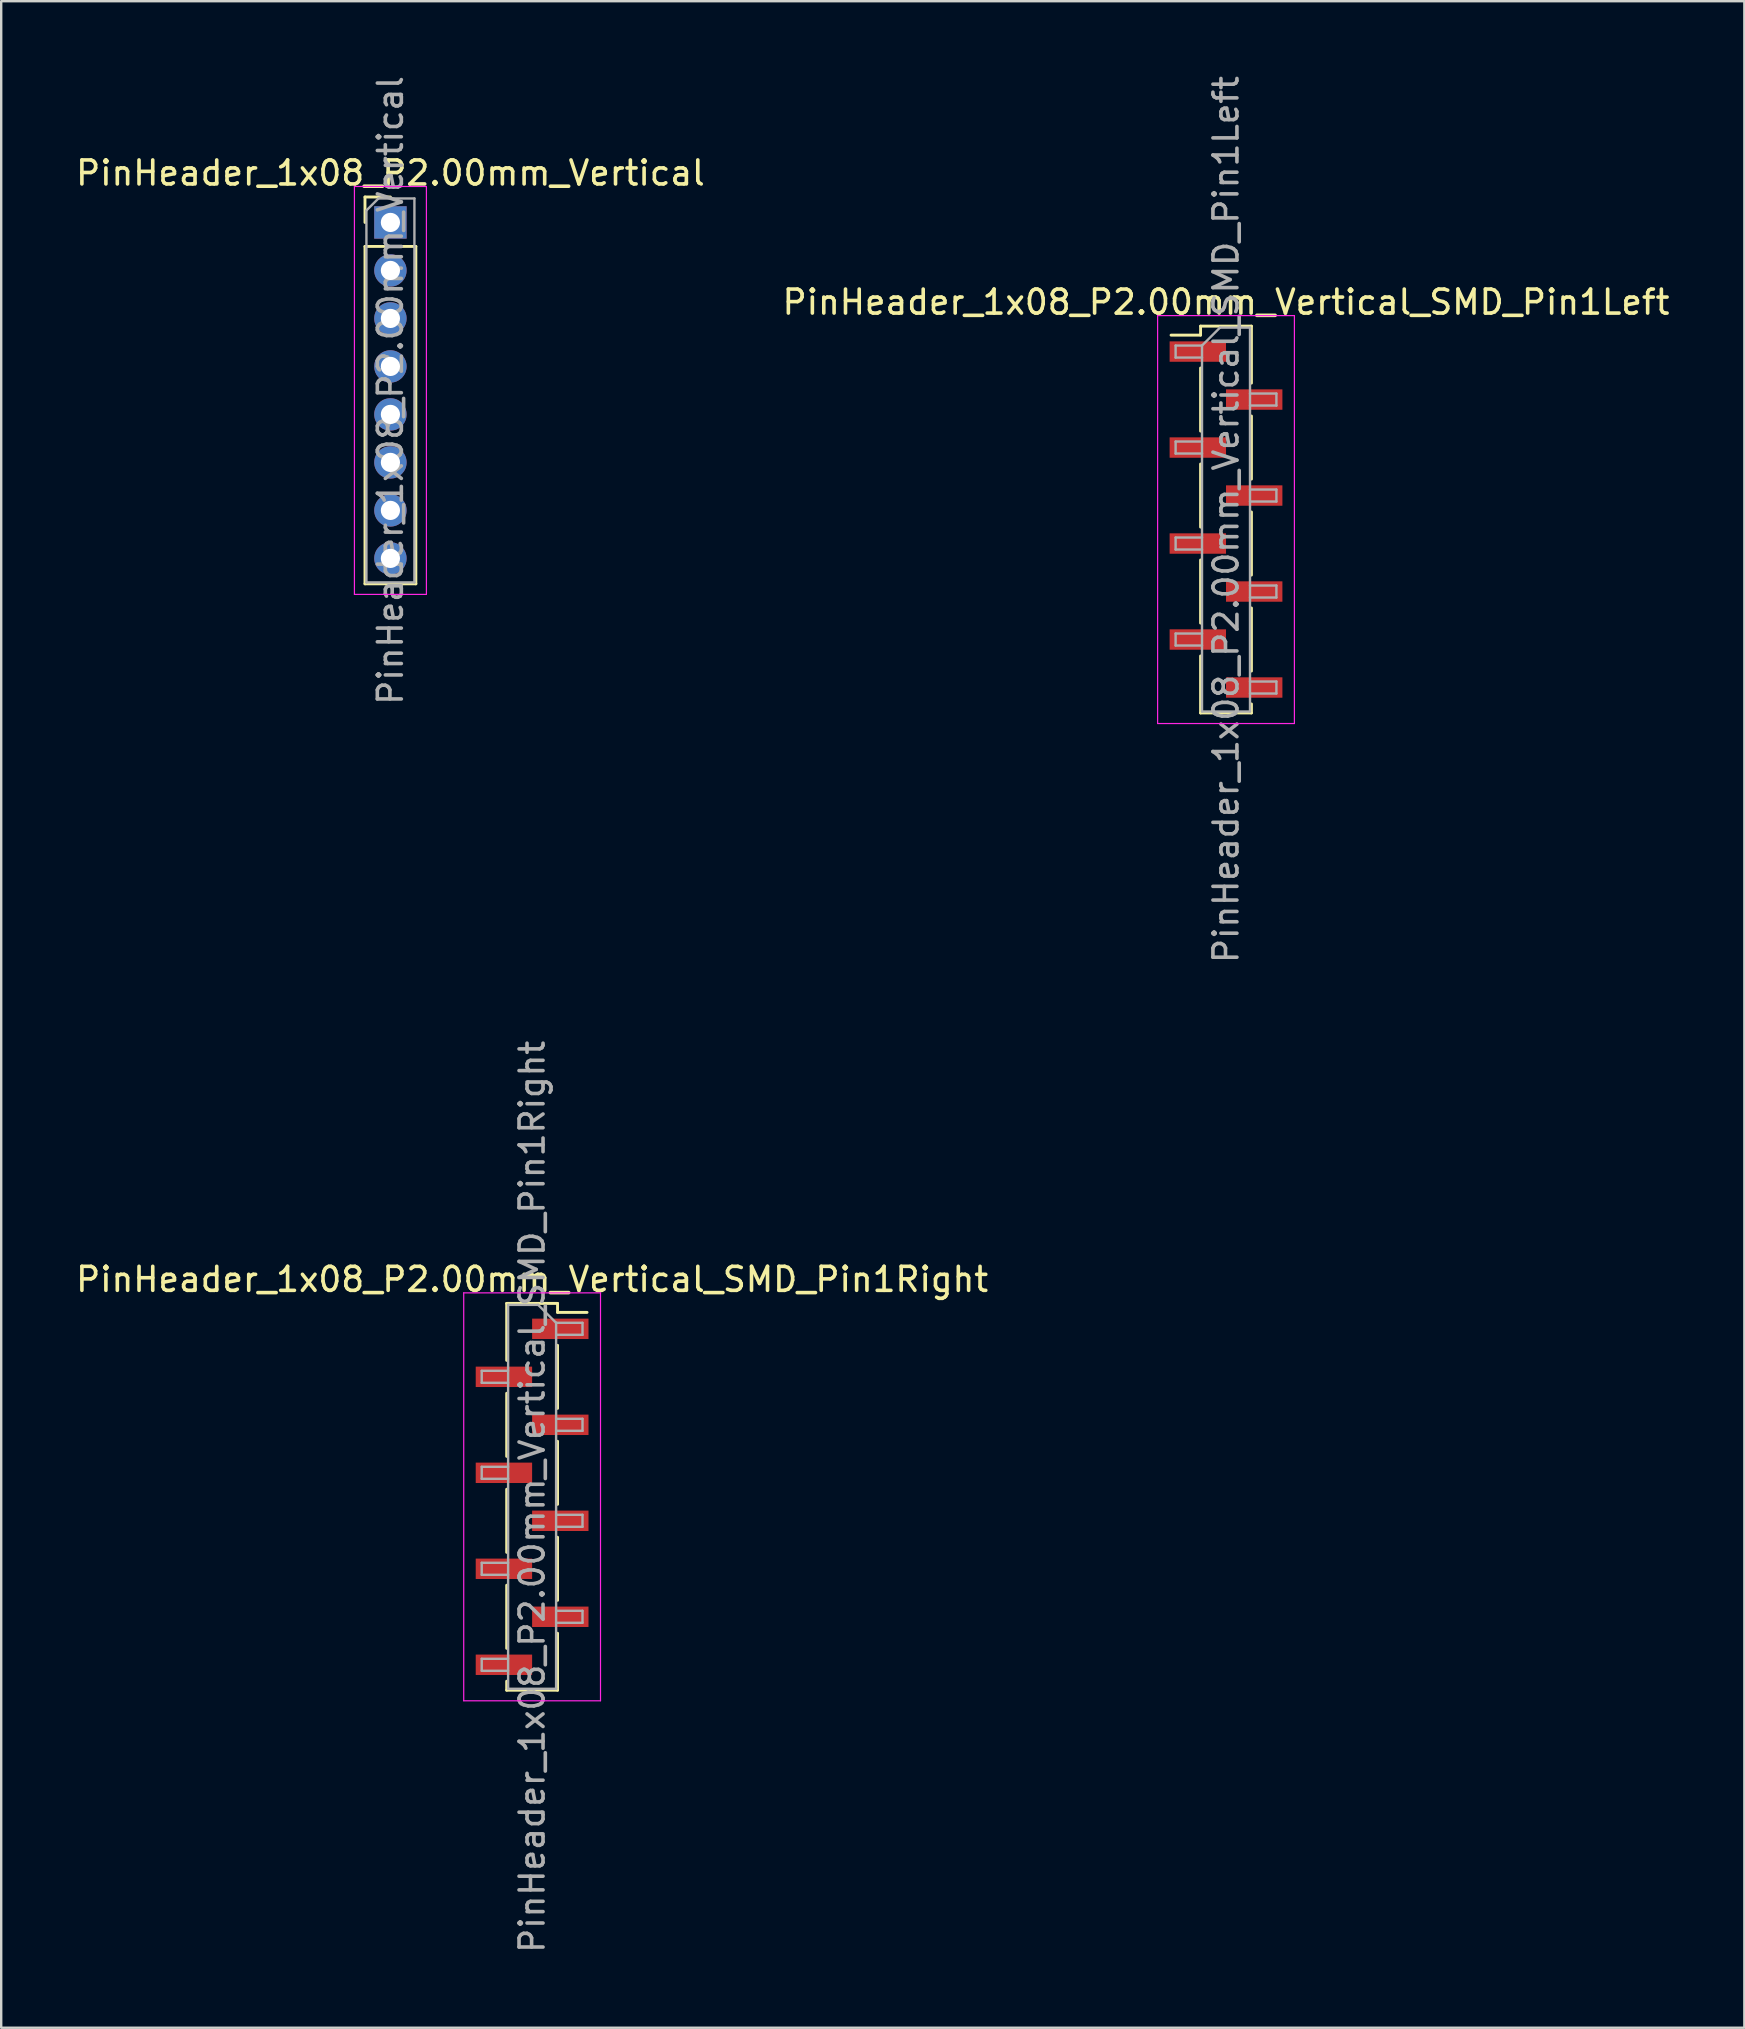
<source format=kicad_pcb>
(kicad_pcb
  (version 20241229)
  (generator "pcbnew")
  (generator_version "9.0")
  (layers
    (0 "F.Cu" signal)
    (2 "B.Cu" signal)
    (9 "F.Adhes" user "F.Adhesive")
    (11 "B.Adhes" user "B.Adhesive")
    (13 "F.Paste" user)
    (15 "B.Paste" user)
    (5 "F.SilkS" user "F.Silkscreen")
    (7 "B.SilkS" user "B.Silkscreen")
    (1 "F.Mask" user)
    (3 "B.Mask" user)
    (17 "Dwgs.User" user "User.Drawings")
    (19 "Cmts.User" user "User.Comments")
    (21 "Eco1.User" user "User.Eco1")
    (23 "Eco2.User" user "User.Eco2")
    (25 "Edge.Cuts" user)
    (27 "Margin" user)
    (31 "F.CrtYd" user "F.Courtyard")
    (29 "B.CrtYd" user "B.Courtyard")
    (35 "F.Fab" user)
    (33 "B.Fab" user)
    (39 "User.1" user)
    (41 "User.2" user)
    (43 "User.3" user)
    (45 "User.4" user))
  (footprint "PinHeader_1x08_P2.00mm_Vertical"
    (layer "F.Cu")
    (at 13.22 6.22)
    (property "Reference" "PinHeader_1x08_P2.00mm_Vertical" (at 0 -2.06 0) (layer "F.SilkS") (effects (font (size 1 1) (thickness 0.15))))
    (attr through_hole)
    (fp_line (start -1.06 -1.06) (end 0 -1.06) (stroke (width 0.12) (type solid)) (layer "F.SilkS"))
    (fp_line (start -1.06 0) (end -1.06 -1.06) (stroke (width 0.12) (type solid)) (layer "F.SilkS"))
    (fp_line (start -1.06 1) (end -1.06 15.06) (stroke (width 0.12) (type solid)) (layer "F.SilkS"))
    (fp_line (start -1.06 1) (end 1.06 1) (stroke (width 0.12) (type solid)) (layer "F.SilkS"))
    (fp_line (start -1.06 15.06) (end 1.06 15.06) (stroke (width 0.12) (type solid)) (layer "F.SilkS"))
    (fp_line (start 1.06 1) (end 1.06 15.06) (stroke (width 0.12) (type solid)) (layer "F.SilkS"))
    (fp_line (start -1.5 -1.5) (end -1.5 15.5) (stroke (width 0.05) (type solid)) (layer "F.CrtYd"))
    (fp_line (start -1.5 15.5) (end 1.5 15.5) (stroke (width 0.05) (type solid)) (layer "F.CrtYd"))
    (fp_line (start 1.5 -1.5) (end -1.5 -1.5) (stroke (width 0.05) (type solid)) (layer "F.CrtYd"))
    (fp_line (start 1.5 15.5) (end 1.5 -1.5) (stroke (width 0.05) (type solid)) (layer "F.CrtYd"))
    (fp_line (start -1 -0.5) (end -0.5 -1) (stroke (width 0.1) (type solid)) (layer "F.Fab"))
    (fp_line (start -1 15) (end -1 -0.5) (stroke (width 0.1) (type solid)) (layer "F.Fab"))
    (fp_line (start -0.5 -1) (end 1 -1) (stroke (width 0.1) (type solid)) (layer "F.Fab"))
    (fp_line (start 1 -1) (end 1 15) (stroke (width 0.1) (type solid)) (layer "F.Fab"))
    (fp_line (start 1 15) (end -1 15) (stroke (width 0.1) (type solid)) (layer "F.Fab"))
    (fp_text user "${REFERENCE}" (at 0 7 90) (layer "F.Fab") (effects (font (size 1 1) (thickness 0.15))))
    (pad "1" thru_hole rect (at 0 0) (size 1.35 1.35) (drill 0.8) (layers "*.Cu" "*.Mask"))
    (pad "2" thru_hole oval (at 0 2) (size 1.35 1.35) (drill 0.8) (layers "*.Cu" "*.Mask"))
    (pad "3" thru_hole oval (at 0 4) (size 1.35 1.35) (drill 0.8) (layers "*.Cu" "*.Mask"))
    (pad "4" thru_hole oval (at 0 6) (size 1.35 1.35) (drill 0.8) (layers "*.Cu" "*.Mask"))
    (pad "5" thru_hole oval (at 0 8) (size 1.35 1.35) (drill 0.8) (layers "*.Cu" "*.Mask"))
    (pad "6" thru_hole oval (at 0 10) (size 1.35 1.35) (drill 0.8) (layers "*.Cu" "*.Mask"))
    (pad "7" thru_hole oval (at 0 12) (size 1.35 1.35) (drill 0.8) (layers "*.Cu" "*.Mask"))
    (pad "8" thru_hole oval (at 0 14) (size 1.35 1.35) (drill 0.8) (layers "*.Cu" "*.Mask")))
  (footprint "PinHeader_1x08_P2.00mm_Vertical_SMD_Pin1Right"
    (layer "F.Cu")
    (at 19.125 59.327)
    (property "Reference" "PinHeader_1x08_P2.00mm_Vertical_SMD_Pin1Right" (at 0 -9.06 0) (layer "F.SilkS") (effects (font (size 1 1) (thickness 0.15))))
    (attr smd)
    (fp_line (start -1.06 -8.06) (end -1.06 -5.685) (stroke (width 0.12) (type solid)) (layer "F.SilkS"))
    (fp_line (start -1.06 -8.06) (end 1.06 -8.06) (stroke (width 0.12) (type solid)) (layer "F.SilkS"))
    (fp_line (start -1.06 -4.315) (end -1.06 -1.685) (stroke (width 0.12) (type solid)) (layer "F.SilkS"))
    (fp_line (start -1.06 -0.315) (end -1.06 2.315) (stroke (width 0.12) (type solid)) (layer "F.SilkS"))
    (fp_line (start -1.06 3.685) (end -1.06 6.315) (stroke (width 0.12) (type solid)) (layer "F.SilkS"))
    (fp_line (start -1.06 7.685) (end -1.06 8.06) (stroke (width 0.12) (type solid)) (layer "F.SilkS"))
    (fp_line (start -1.06 8.06) (end 1.06 8.06) (stroke (width 0.12) (type solid)) (layer "F.SilkS"))
    (fp_line (start 1.06 -8.06) (end 1.06 -7.685) (stroke (width 0.12) (type solid)) (layer "F.SilkS"))
    (fp_line (start 1.06 -7.685) (end 2.29 -7.685) (stroke (width 0.12) (type solid)) (layer "F.SilkS"))
    (fp_line (start 1.06 -6.315) (end 1.06 -3.685) (stroke (width 0.12) (type solid)) (layer "F.SilkS"))
    (fp_line (start 1.06 -2.315) (end 1.06 0.315) (stroke (width 0.12) (type solid)) (layer "F.SilkS"))
    (fp_line (start 1.06 1.685) (end 1.06 4.315) (stroke (width 0.12) (type solid)) (layer "F.SilkS"))
    (fp_line (start 1.06 5.685) (end 1.06 8.06) (stroke (width 0.12) (type solid)) (layer "F.SilkS"))
    (fp_line (start -2.85 -8.5) (end -2.85 8.5) (stroke (width 0.05) (type solid)) (layer "F.CrtYd"))
    (fp_line (start -2.85 8.5) (end 2.85 8.5) (stroke (width 0.05) (type solid)) (layer "F.CrtYd"))
    (fp_line (start 2.85 -8.5) (end -2.85 -8.5) (stroke (width 0.05) (type solid)) (layer "F.CrtYd"))
    (fp_line (start 2.85 8.5) (end 2.85 -8.5) (stroke (width 0.05) (type solid)) (layer "F.CrtYd"))
    (fp_line (start -2.1 -5.25) (end -2.1 -4.75) (stroke (width 0.1) (type solid)) (layer "F.Fab"))
    (fp_line (start -2.1 -4.75) (end -1 -4.75) (stroke (width 0.1) (type solid)) (layer "F.Fab"))
    (fp_line (start -2.1 -1.25) (end -2.1 -0.75) (stroke (width 0.1) (type solid)) (layer "F.Fab"))
    (fp_line (start -2.1 -0.75) (end -1 -0.75) (stroke (width 0.1) (type solid)) (layer "F.Fab"))
    (fp_line (start -2.1 2.75) (end -2.1 3.25) (stroke (width 0.1) (type solid)) (layer "F.Fab"))
    (fp_line (start -2.1 3.25) (end -1 3.25) (stroke (width 0.1) (type solid)) (layer "F.Fab"))
    (fp_line (start -2.1 6.75) (end -2.1 7.25) (stroke (width 0.1) (type solid)) (layer "F.Fab"))
    (fp_line (start -2.1 7.25) (end -1 7.25) (stroke (width 0.1) (type solid)) (layer "F.Fab"))
    (fp_line (start -1 -8) (end -1 8) (stroke (width 0.1) (type solid)) (layer "F.Fab"))
    (fp_line (start -1 -8) (end 0.25 -8) (stroke (width 0.1) (type solid)) (layer "F.Fab"))
    (fp_line (start -1 -5.25) (end -2.1 -5.25) (stroke (width 0.1) (type solid)) (layer "F.Fab"))
    (fp_line (start -1 -1.25) (end -2.1 -1.25) (stroke (width 0.1) (type solid)) (layer "F.Fab"))
    (fp_line (start -1 2.75) (end -2.1 2.75) (stroke (width 0.1) (type solid)) (layer "F.Fab"))
    (fp_line (start -1 6.75) (end -2.1 6.75) (stroke (width 0.1) (type solid)) (layer "F.Fab"))
    (fp_line (start 1 -7.25) (end 0.25 -8) (stroke (width 0.1) (type solid)) (layer "F.Fab"))
    (fp_line (start 1 -7.25) (end 2.1 -7.25) (stroke (width 0.1) (type solid)) (layer "F.Fab"))
    (fp_line (start 1 -3.25) (end 2.1 -3.25) (stroke (width 0.1) (type solid)) (layer "F.Fab"))
    (fp_line (start 1 0.75) (end 2.1 0.75) (stroke (width 0.1) (type solid)) (layer "F.Fab"))
    (fp_line (start 1 4.75) (end 2.1 4.75) (stroke (width 0.1) (type solid)) (layer "F.Fab"))
    (fp_line (start 1 8) (end -1 8) (stroke (width 0.1) (type solid)) (layer "F.Fab"))
    (fp_line (start 1 8) (end 1 -7.25) (stroke (width 0.1) (type solid)) (layer "F.Fab"))
    (fp_line (start 2.1 -7.25) (end 2.1 -6.75) (stroke (width 0.1) (type solid)) (layer "F.Fab"))
    (fp_line (start 2.1 -6.75) (end 1 -6.75) (stroke (width 0.1) (type solid)) (layer "F.Fab"))
    (fp_line (start 2.1 -3.25) (end 2.1 -2.75) (stroke (width 0.1) (type solid)) (layer "F.Fab"))
    (fp_line (start 2.1 -2.75) (end 1 -2.75) (stroke (width 0.1) (type solid)) (layer "F.Fab"))
    (fp_line (start 2.1 0.75) (end 2.1 1.25) (stroke (width 0.1) (type solid)) (layer "F.Fab"))
    (fp_line (start 2.1 1.25) (end 1 1.25) (stroke (width 0.1) (type solid)) (layer "F.Fab"))
    (fp_line (start 2.1 4.75) (end 2.1 5.25) (stroke (width 0.1) (type solid)) (layer "F.Fab"))
    (fp_line (start 2.1 5.25) (end 1 5.25) (stroke (width 0.1) (type solid)) (layer "F.Fab"))
    (fp_text user "${REFERENCE}" (at 0 0 90) (layer "F.Fab") (effects (font (size 1 1) (thickness 0.15))))
    (pad "1" smd rect (at 1.175 -7) (size 2.35 0.85) (layers "F.Cu" "F.Mask" "F.Paste"))
    (pad "2" smd rect (at -1.175 -5) (size 2.35 0.85) (layers "F.Cu" "F.Mask" "F.Paste"))
    (pad "3" smd rect (at 1.175 -3) (size 2.35 0.85) (layers "F.Cu" "F.Mask" "F.Paste"))
    (pad "4" smd rect (at -1.175 -1) (size 2.35 0.85) (layers "F.Cu" "F.Mask" "F.Paste"))
    (pad "5" smd rect (at 1.175 1) (size 2.35 0.85) (layers "F.Cu" "F.Mask" "F.Paste"))
    (pad "6" smd rect (at -1.175 3) (size 2.35 0.85) (layers "F.Cu" "F.Mask" "F.Paste"))
    (pad "7" smd rect (at 1.175 5) (size 2.35 0.85) (layers "F.Cu" "F.Mask" "F.Paste"))
    (pad "8" smd rect (at -1.175 7) (size 2.35 0.85) (layers "F.Cu" "F.Mask" "F.Paste")))
  (footprint "PinHeader_1x08_P2.00mm_Vertical_SMD_Pin1Left"
    (layer "F.Cu")
    (at 48.042 18.601)
    (property "Reference" "PinHeader_1x08_P2.00mm_Vertical_SMD_Pin1Left" (at 0 -9.06 0) (layer "F.SilkS") (effects (font (size 1 1) (thickness 0.15))))
    (attr smd)
    (fp_line (start -1.06 -8.06) (end -1.06 -7.685) (stroke (width 0.12) (type solid)) (layer "F.SilkS"))
    (fp_line (start -1.06 -8.06) (end 1.06 -8.06) (stroke (width 0.12) (type solid)) (layer "F.SilkS"))
    (fp_line (start -1.06 -7.685) (end -2.29 -7.685) (stroke (width 0.12) (type solid)) (layer "F.SilkS"))
    (fp_line (start -1.06 -6.315) (end -1.06 -3.685) (stroke (width 0.12) (type solid)) (layer "F.SilkS"))
    (fp_line (start -1.06 -2.315) (end -1.06 0.315) (stroke (width 0.12) (type solid)) (layer "F.SilkS"))
    (fp_line (start -1.06 1.685) (end -1.06 4.315) (stroke (width 0.12) (type solid)) (layer "F.SilkS"))
    (fp_line (start -1.06 5.685) (end -1.06 8.06) (stroke (width 0.12) (type solid)) (layer "F.SilkS"))
    (fp_line (start -1.06 8.06) (end 1.06 8.06) (stroke (width 0.12) (type solid)) (layer "F.SilkS"))
    (fp_line (start 1.06 -8.06) (end 1.06 -5.685) (stroke (width 0.12) (type solid)) (layer "F.SilkS"))
    (fp_line (start 1.06 -4.315) (end 1.06 -1.685) (stroke (width 0.12) (type solid)) (layer "F.SilkS"))
    (fp_line (start 1.06 -0.315) (end 1.06 2.315) (stroke (width 0.12) (type solid)) (layer "F.SilkS"))
    (fp_line (start 1.06 3.685) (end 1.06 6.315) (stroke (width 0.12) (type solid)) (layer "F.SilkS"))
    (fp_line (start 1.06 7.685) (end 1.06 8.06) (stroke (width 0.12) (type solid)) (layer "F.SilkS"))
    (fp_line (start -2.85 -8.5) (end -2.85 8.5) (stroke (width 0.05) (type solid)) (layer "F.CrtYd"))
    (fp_line (start -2.85 8.5) (end 2.85 8.5) (stroke (width 0.05) (type solid)) (layer "F.CrtYd"))
    (fp_line (start 2.85 -8.5) (end -2.85 -8.5) (stroke (width 0.05) (type solid)) (layer "F.CrtYd"))
    (fp_line (start 2.85 8.5) (end 2.85 -8.5) (stroke (width 0.05) (type solid)) (layer "F.CrtYd"))
    (fp_line (start -2.1 -7.25) (end -2.1 -6.75) (stroke (width 0.1) (type solid)) (layer "F.Fab"))
    (fp_line (start -2.1 -6.75) (end -1 -6.75) (stroke (width 0.1) (type solid)) (layer "F.Fab"))
    (fp_line (start -2.1 -3.25) (end -2.1 -2.75) (stroke (width 0.1) (type solid)) (layer "F.Fab"))
    (fp_line (start -2.1 -2.75) (end -1 -2.75) (stroke (width 0.1) (type solid)) (layer "F.Fab"))
    (fp_line (start -2.1 0.75) (end -2.1 1.25) (stroke (width 0.1) (type solid)) (layer "F.Fab"))
    (fp_line (start -2.1 1.25) (end -1 1.25) (stroke (width 0.1) (type solid)) (layer "F.Fab"))
    (fp_line (start -2.1 4.75) (end -2.1 5.25) (stroke (width 0.1) (type solid)) (layer "F.Fab"))
    (fp_line (start -2.1 5.25) (end -1 5.25) (stroke (width 0.1) (type solid)) (layer "F.Fab"))
    (fp_line (start -1 -7.25) (end -2.1 -7.25) (stroke (width 0.1) (type solid)) (layer "F.Fab"))
    (fp_line (start -1 -7.25) (end -0.25 -8) (stroke (width 0.1) (type solid)) (layer "F.Fab"))
    (fp_line (start -1 -3.25) (end -2.1 -3.25) (stroke (width 0.1) (type solid)) (layer "F.Fab"))
    (fp_line (start -1 0.75) (end -2.1 0.75) (stroke (width 0.1) (type solid)) (layer "F.Fab"))
    (fp_line (start -1 4.75) (end -2.1 4.75) (stroke (width 0.1) (type solid)) (layer "F.Fab"))
    (fp_line (start -1 8) (end -1 -7.25) (stroke (width 0.1) (type solid)) (layer "F.Fab"))
    (fp_line (start -0.25 -8) (end 1 -8) (stroke (width 0.1) (type solid)) (layer "F.Fab"))
    (fp_line (start 1 -8) (end 1 8) (stroke (width 0.1) (type solid)) (layer "F.Fab"))
    (fp_line (start 1 -5.25) (end 2.1 -5.25) (stroke (width 0.1) (type solid)) (layer "F.Fab"))
    (fp_line (start 1 -1.25) (end 2.1 -1.25) (stroke (width 0.1) (type solid)) (layer "F.Fab"))
    (fp_line (start 1 2.75) (end 2.1 2.75) (stroke (width 0.1) (type solid)) (layer "F.Fab"))
    (fp_line (start 1 6.75) (end 2.1 6.75) (stroke (width 0.1) (type solid)) (layer "F.Fab"))
    (fp_line (start 1 8) (end -1 8) (stroke (width 0.1) (type solid)) (layer "F.Fab"))
    (fp_line (start 2.1 -5.25) (end 2.1 -4.75) (stroke (width 0.1) (type solid)) (layer "F.Fab"))
    (fp_line (start 2.1 -4.75) (end 1 -4.75) (stroke (width 0.1) (type solid)) (layer "F.Fab"))
    (fp_line (start 2.1 -1.25) (end 2.1 -0.75) (stroke (width 0.1) (type solid)) (layer "F.Fab"))
    (fp_line (start 2.1 -0.75) (end 1 -0.75) (stroke (width 0.1) (type solid)) (layer "F.Fab"))
    (fp_line (start 2.1 2.75) (end 2.1 3.25) (stroke (width 0.1) (type solid)) (layer "F.Fab"))
    (fp_line (start 2.1 3.25) (end 1 3.25) (stroke (width 0.1) (type solid)) (layer "F.Fab"))
    (fp_line (start 2.1 6.75) (end 2.1 7.25) (stroke (width 0.1) (type solid)) (layer "F.Fab"))
    (fp_line (start 2.1 7.25) (end 1 7.25) (stroke (width 0.1) (type solid)) (layer "F.Fab"))
    (fp_text user "${REFERENCE}" (at 0 0 90) (layer "F.Fab") (effects (font (size 1 1) (thickness 0.15))))
    (pad "1" smd rect (at -1.175 -7) (size 2.35 0.85) (layers "F.Cu" "F.Mask" "F.Paste"))
    (pad "2" smd rect (at 1.175 -5) (size 2.35 0.85) (layers "F.Cu" "F.Mask" "F.Paste"))
    (pad "3" smd rect (at -1.175 -3) (size 2.35 0.85) (layers "F.Cu" "F.Mask" "F.Paste"))
    (pad "4" smd rect (at 1.175 -1) (size 2.35 0.85) (layers "F.Cu" "F.Mask" "F.Paste"))
    (pad "5" smd rect (at -1.175 1) (size 2.35 0.85) (layers "F.Cu" "F.Mask" "F.Paste"))
    (pad "6" smd rect (at 1.175 3) (size 2.35 0.85) (layers "F.Cu" "F.Mask" "F.Paste"))
    (pad "7" smd rect (at -1.175 5) (size 2.35 0.85) (layers "F.Cu" "F.Mask" "F.Paste"))
    (pad "8" smd rect (at 1.175 7) (size 2.35 0.85) (layers "F.Cu" "F.Mask" "F.Paste")))
  (gr_rect
    (start -3 -3)
    (end 69.643 81.452)
    (stroke (width 0.1) (type default))
    (fill no)
    (layer "Edge.Cuts")))
</source>
